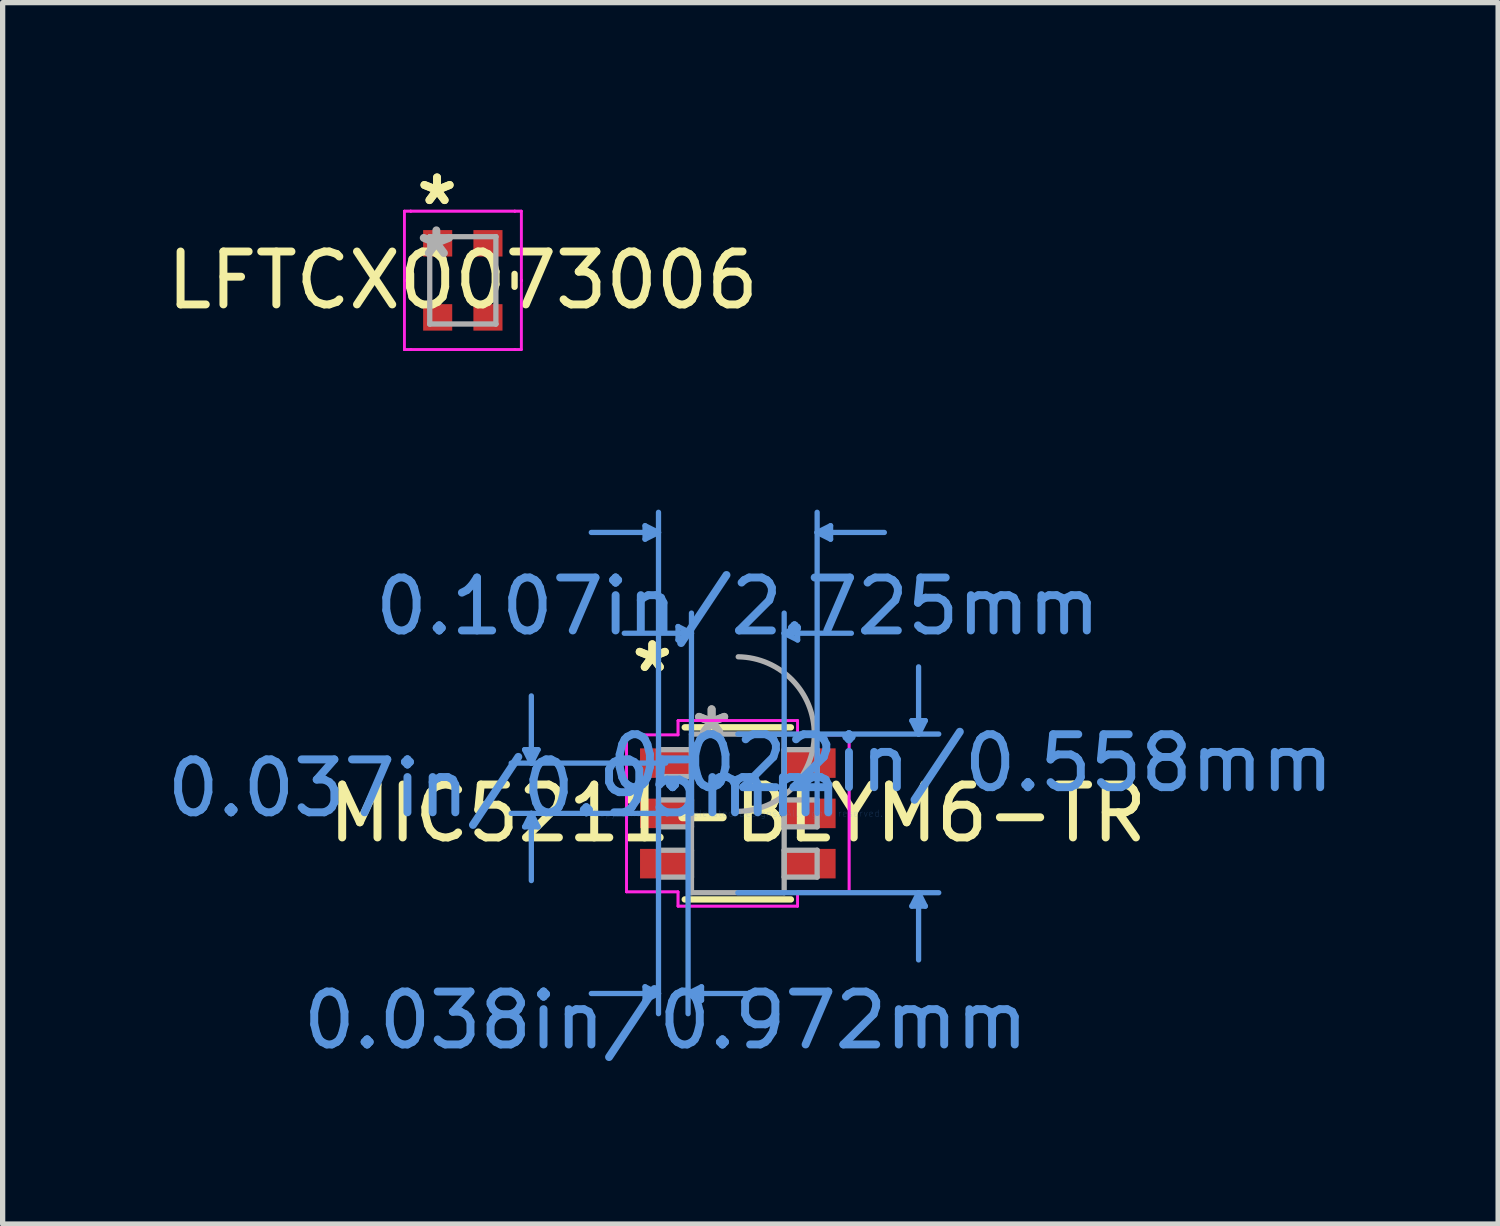
<source format=kicad_pcb>
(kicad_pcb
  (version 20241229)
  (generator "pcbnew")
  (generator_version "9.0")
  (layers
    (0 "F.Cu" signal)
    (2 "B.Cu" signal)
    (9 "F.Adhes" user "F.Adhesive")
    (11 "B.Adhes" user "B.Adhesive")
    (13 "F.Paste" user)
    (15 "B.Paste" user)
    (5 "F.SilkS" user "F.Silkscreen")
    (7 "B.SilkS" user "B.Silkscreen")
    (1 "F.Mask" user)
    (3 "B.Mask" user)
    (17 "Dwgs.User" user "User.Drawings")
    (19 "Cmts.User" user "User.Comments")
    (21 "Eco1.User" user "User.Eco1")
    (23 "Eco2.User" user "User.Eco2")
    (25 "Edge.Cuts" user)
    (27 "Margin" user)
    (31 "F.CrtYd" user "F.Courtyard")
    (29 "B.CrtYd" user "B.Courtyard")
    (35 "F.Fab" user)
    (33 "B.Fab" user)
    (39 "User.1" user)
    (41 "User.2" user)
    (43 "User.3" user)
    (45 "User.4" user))
  (footprint "LFTCXO073006"
    (layer "F.Cu")
    (at 5.696 2.248)
    (property "Reference" "LFTCXO073006" (at 0 0 0) (layer "F.SilkS") (effects (font (size 1 1) (thickness 0.15))))
    (attr through_hole)
    (fp_line (start -0.978 -0.122) (end -0.978 0.122) (stroke (width 0.12) (type solid)) (layer "F.SilkS"))
    (fp_line (start 0.978 0.122) (end 0.978 -0.122) (stroke (width 0.12) (type solid)) (layer "F.SilkS"))
    (fp_line (start -1.105 -1.308) (end -0.983 -1.308) (stroke (width 0.05) (type solid)) (layer "F.CrtYd"))
    (fp_line (start -1.105 -1.308) (end -0.983 -1.308) (stroke (width 0.05) (type solid)) (layer "F.CrtYd"))
    (fp_line (start -1.105 -0.008) (end -1.105 -1.308) (stroke (width 0.05) (type solid)) (layer "F.CrtYd"))
    (fp_line (start -1.105 -0.008) (end -1.105 -1.308) (stroke (width 0.05) (type solid)) (layer "F.CrtYd"))
    (fp_line (start -1.105 -0.008) (end -1.105 -0.008) (stroke (width 0.05) (type solid)) (layer "F.CrtYd"))
    (fp_line (start -1.105 -0.008) (end -1.105 -0.008) (stroke (width 0.05) (type solid)) (layer "F.CrtYd"))
    (fp_line (start -1.105 0.008) (end -1.105 -0.008) (stroke (width 0.05) (type solid)) (layer "F.CrtYd"))
    (fp_line (start -1.105 0.008) (end -1.105 -0.008) (stroke (width 0.05) (type solid)) (layer "F.CrtYd"))
    (fp_line (start -1.105 0.008) (end -1.105 0.008) (stroke (width 0.05) (type solid)) (layer "F.CrtYd"))
    (fp_line (start -1.105 0.008) (end -1.105 0.008) (stroke (width 0.05) (type solid)) (layer "F.CrtYd"))
    (fp_line (start -1.105 1.308) (end -1.105 0.008) (stroke (width 0.05) (type solid)) (layer "F.CrtYd"))
    (fp_line (start -1.105 1.308) (end -1.105 0.008) (stroke (width 0.05) (type solid)) (layer "F.CrtYd"))
    (fp_line (start -0.983 -1.308) (end -0.983 -1.308) (stroke (width 0.05) (type solid)) (layer "F.CrtYd"))
    (fp_line (start -0.983 -1.308) (end -0.983 -1.308) (stroke (width 0.05) (type solid)) (layer "F.CrtYd"))
    (fp_line (start -0.983 -1.308) (end 0.983 -1.308) (stroke (width 0.05) (type solid)) (layer "F.CrtYd"))
    (fp_line (start -0.983 -1.308) (end 0.983 -1.308) (stroke (width 0.05) (type solid)) (layer "F.CrtYd"))
    (fp_line (start -0.983 1.308) (end -1.105 1.308) (stroke (width 0.05) (type solid)) (layer "F.CrtYd"))
    (fp_line (start -0.983 1.308) (end -1.105 1.308) (stroke (width 0.05) (type solid)) (layer "F.CrtYd"))
    (fp_line (start -0.983 1.308) (end -0.983 1.308) (stroke (width 0.05) (type solid)) (layer "F.CrtYd"))
    (fp_line (start -0.983 1.308) (end -0.983 1.308) (stroke (width 0.05) (type solid)) (layer "F.CrtYd"))
    (fp_line (start 0.983 -1.308) (end 0.983 -1.308) (stroke (width 0.05) (type solid)) (layer "F.CrtYd"))
    (fp_line (start 0.983 -1.308) (end 0.983 -1.308) (stroke (width 0.05) (type solid)) (layer "F.CrtYd"))
    (fp_line (start 0.983 -1.308) (end 1.105 -1.308) (stroke (width 0.05) (type solid)) (layer "F.CrtYd"))
    (fp_line (start 0.983 -1.308) (end 1.105 -1.308) (stroke (width 0.05) (type solid)) (layer "F.CrtYd"))
    (fp_line (start 0.983 1.308) (end -0.983 1.308) (stroke (width 0.05) (type solid)) (layer "F.CrtYd"))
    (fp_line (start 0.983 1.308) (end -0.983 1.308) (stroke (width 0.05) (type solid)) (layer "F.CrtYd"))
    (fp_line (start 0.983 1.308) (end 0.983 1.308) (stroke (width 0.05) (type solid)) (layer "F.CrtYd"))
    (fp_line (start 0.983 1.308) (end 0.983 1.308) (stroke (width 0.05) (type solid)) (layer "F.CrtYd"))
    (fp_line (start 1.105 -1.308) (end 1.105 -0.008) (stroke (width 0.05) (type solid)) (layer "F.CrtYd"))
    (fp_line (start 1.105 -1.308) (end 1.105 -0.008) (stroke (width 0.05) (type solid)) (layer "F.CrtYd"))
    (fp_line (start 1.105 -0.008) (end 1.105 -0.008) (stroke (width 0.05) (type solid)) (layer "F.CrtYd"))
    (fp_line (start 1.105 -0.008) (end 1.105 -0.008) (stroke (width 0.05) (type solid)) (layer "F.CrtYd"))
    (fp_line (start 1.105 -0.008) (end 1.105 0.008) (stroke (width 0.05) (type solid)) (layer "F.CrtYd"))
    (fp_line (start 1.105 -0.008) (end 1.105 0.008) (stroke (width 0.05) (type solid)) (layer "F.CrtYd"))
    (fp_line (start 1.105 0.008) (end 1.105 0.008) (stroke (width 0.05) (type solid)) (layer "F.CrtYd"))
    (fp_line (start 1.105 0.008) (end 1.105 0.008) (stroke (width 0.05) (type solid)) (layer "F.CrtYd"))
    (fp_line (start 1.105 0.008) (end 1.105 1.308) (stroke (width 0.05) (type solid)) (layer "F.CrtYd"))
    (fp_line (start 1.105 0.008) (end 1.105 1.308) (stroke (width 0.05) (type solid)) (layer "F.CrtYd"))
    (fp_line (start 1.105 1.308) (end 0.983 1.308) (stroke (width 0.05) (type solid)) (layer "F.CrtYd"))
    (fp_line (start 1.105 1.308) (end 0.983 1.308) (stroke (width 0.05) (type solid)) (layer "F.CrtYd"))
    (fp_line (start -0.625 -0.825) (end -0.625 -0.825) (stroke (width 0.1) (type solid)) (layer "F.Fab"))
    (fp_line (start -0.625 -0.825) (end -0.625 0.825) (stroke (width 0.1) (type solid)) (layer "F.Fab"))
    (fp_line (start -0.625 0.825) (end -0.625 0.825) (stroke (width 0.1) (type solid)) (layer "F.Fab"))
    (fp_line (start -0.625 0.825) (end 0.625 0.825) (stroke (width 0.1) (type solid)) (layer "F.Fab"))
    (fp_line (start 0.625 -0.825) (end -0.625 -0.825) (stroke (width 0.1) (type solid)) (layer "F.Fab"))
    (fp_line (start 0.625 -0.825) (end 0.625 -0.825) (stroke (width 0.1) (type solid)) (layer "F.Fab"))
    (fp_line (start 0.625 0.825) (end 0.625 -0.825) (stroke (width 0.1) (type solid)) (layer "F.Fab"))
    (fp_line (start 0.625 0.825) (end 0.625 0.825) (stroke (width 0.1) (type solid)) (layer "F.Fab"))
    (fp_text user "*" (at -0.487 -1.4 0) (layer "F.SilkS") (effects (font (size 1 1) (thickness 0.15))))
    (fp_text user "*" (at -0.487 -1.4 0) (layer "F.SilkS") (effects (font (size 1 1) (thickness 0.15))))
    (fp_text user "*" (at -0.5 -0.4 0) (layer "F.Fab") (effects (font (size 1 1) (thickness 0.15))))
    (pad "1" smd rect (at -0.475 -0.7) (size 0.55 0.5) (layers "F.Cu" "F.Mask" "F.Paste"))
    (pad "2" smd rect (at -0.475 0.7) (size 0.55 0.5) (layers "F.Cu" "F.Mask" "F.Paste"))
    (pad "3" smd rect (at 0.475 0.7) (size 0.55 0.5) (layers "F.Cu" "F.Mask" "F.Paste"))
    (pad "4" smd rect (at 0.475 -0.7) (size 0.55 0.5) (layers "F.Cu" "F.Mask" "F.Paste")))
  (footprint "MIC5211-BLYM6-TR"
    (layer "F.Cu")
    (at 10.893 12.321)
    (property "Reference" "MIC5211-BLYM6-TR" (at 0 0 0) (layer "F.SilkS") (effects (font (size 1 1) (thickness 0.15))))
    (attr through_hole)
    (fp_line (start -1.003 1.626) (end 1.003 1.626) (stroke (width 0.12) (type solid)) (layer "F.SilkS"))
    (fp_line (start 1.003 -1.626) (end -1.003 -1.626) (stroke (width 0.12) (type solid)) (layer "F.SilkS"))
    (fp_line (start -4.029 -1.204) (end -3.775 -1.204) (stroke (width 0.1) (type solid)) (layer "Cmts.User"))
    (fp_line (start -4.029 0.254) (end -3.775 0.254) (stroke (width 0.1) (type solid)) (layer "Cmts.User"))
    (fp_line (start -3.902 -0.95) (end -4.029 -1.204) (stroke (width 0.1) (type solid)) (layer "Cmts.User"))
    (fp_line (start -3.902 -0.95) (end -3.902 -2.22) (stroke (width 0.1) (type solid)) (layer "Cmts.User"))
    (fp_line (start -3.902 -0.95) (end -3.775 -1.204) (stroke (width 0.1) (type solid)) (layer "Cmts.User"))
    (fp_line (start -3.902 0) (end -4.029 0.254) (stroke (width 0.1) (type solid)) (layer "Cmts.User"))
    (fp_line (start -3.902 0) (end -3.902 1.27) (stroke (width 0.1) (type solid)) (layer "Cmts.User"))
    (fp_line (start -3.902 0) (end -3.775 0.254) (stroke (width 0.1) (type solid)) (layer "Cmts.User"))
    (fp_line (start -1.753 -5.436) (end -1.753 -5.182) (stroke (width 0.1) (type solid)) (layer "Cmts.User"))
    (fp_line (start -1.753 3.277) (end -1.753 3.531) (stroke (width 0.1) (type solid)) (layer "Cmts.User"))
    (fp_line (start -1.499 -5.309) (end -2.769 -5.309) (stroke (width 0.1) (type solid)) (layer "Cmts.User"))
    (fp_line (start -1.499 -5.309) (end -1.753 -5.436) (stroke (width 0.1) (type solid)) (layer "Cmts.User"))
    (fp_line (start -1.499 -5.309) (end -1.753 -5.182) (stroke (width 0.1) (type solid)) (layer "Cmts.User"))
    (fp_line (start -1.499 0) (end -1.499 -5.69) (stroke (width 0.1) (type solid)) (layer "Cmts.User"))
    (fp_line (start -1.499 0) (end -1.499 3.785) (stroke (width 0.1) (type solid)) (layer "Cmts.User"))
    (fp_line (start -1.499 3.404) (end -2.769 3.404) (stroke (width 0.1) (type solid)) (layer "Cmts.User"))
    (fp_line (start -1.499 3.404) (end -1.753 3.277) (stroke (width 0.1) (type solid)) (layer "Cmts.User"))
    (fp_line (start -1.499 3.404) (end -1.753 3.531) (stroke (width 0.1) (type solid)) (layer "Cmts.User"))
    (fp_line (start -1.362 -0.95) (end -4.283 -0.95) (stroke (width 0.1) (type solid)) (layer "Cmts.User"))
    (fp_line (start -1.362 0) (end -4.283 0) (stroke (width 0.1) (type solid)) (layer "Cmts.User"))
    (fp_line (start -1.13 -3.531) (end -1.13 -3.277) (stroke (width 0.1) (type solid)) (layer "Cmts.User"))
    (fp_line (start -0.94 0) (end -0.94 3.785) (stroke (width 0.1) (type solid)) (layer "Cmts.User"))
    (fp_line (start -0.94 3.404) (end -0.686 3.277) (stroke (width 0.1) (type solid)) (layer "Cmts.User"))
    (fp_line (start -0.94 3.404) (end -0.686 3.531) (stroke (width 0.1) (type solid)) (layer "Cmts.User"))
    (fp_line (start -0.94 3.404) (end 0.33 3.404) (stroke (width 0.1) (type solid)) (layer "Cmts.User"))
    (fp_line (start -0.876 -3.404) (end -2.146 -3.404) (stroke (width 0.1) (type solid)) (layer "Cmts.User"))
    (fp_line (start -0.876 -3.404) (end -1.13 -3.531) (stroke (width 0.1) (type solid)) (layer "Cmts.User"))
    (fp_line (start -0.876 -3.404) (end -1.13 -3.277) (stroke (width 0.1) (type solid)) (layer "Cmts.User"))
    (fp_line (start -0.876 0) (end -0.876 -3.785) (stroke (width 0.1) (type solid)) (layer "Cmts.User"))
    (fp_line (start -0.686 3.277) (end -0.686 3.531) (stroke (width 0.1) (type solid)) (layer "Cmts.User"))
    (fp_line (start 0 -1.499) (end 3.797 -1.499) (stroke (width 0.1) (type solid)) (layer "Cmts.User"))
    (fp_line (start 0 1.499) (end 3.797 1.499) (stroke (width 0.1) (type solid)) (layer "Cmts.User"))
    (fp_line (start 0.876 -3.404) (end 1.13 -3.531) (stroke (width 0.1) (type solid)) (layer "Cmts.User"))
    (fp_line (start 0.876 -3.404) (end 1.13 -3.277) (stroke (width 0.1) (type solid)) (layer "Cmts.User"))
    (fp_line (start 0.876 -3.404) (end 2.146 -3.404) (stroke (width 0.1) (type solid)) (layer "Cmts.User"))
    (fp_line (start 0.876 0) (end 0.876 -3.785) (stroke (width 0.1) (type solid)) (layer "Cmts.User"))
    (fp_line (start 1.13 -3.531) (end 1.13 -3.277) (stroke (width 0.1) (type solid)) (layer "Cmts.User"))
    (fp_line (start 1.499 -5.309) (end 1.753 -5.436) (stroke (width 0.1) (type solid)) (layer "Cmts.User"))
    (fp_line (start 1.499 -5.309) (end 1.753 -5.182) (stroke (width 0.1) (type solid)) (layer "Cmts.User"))
    (fp_line (start 1.499 -5.309) (end 2.769 -5.309) (stroke (width 0.1) (type solid)) (layer "Cmts.User"))
    (fp_line (start 1.499 0) (end 1.499 -5.69) (stroke (width 0.1) (type solid)) (layer "Cmts.User"))
    (fp_line (start 1.753 -5.436) (end 1.753 -5.182) (stroke (width 0.1) (type solid)) (layer "Cmts.User"))
    (fp_line (start 3.289 -1.753) (end 3.543 -1.753) (stroke (width 0.1) (type solid)) (layer "Cmts.User"))
    (fp_line (start 3.289 1.753) (end 3.543 1.753) (stroke (width 0.1) (type solid)) (layer "Cmts.User"))
    (fp_line (start 3.416 -1.499) (end 3.289 -1.753) (stroke (width 0.1) (type solid)) (layer "Cmts.User"))
    (fp_line (start 3.416 -1.499) (end 3.416 -2.769) (stroke (width 0.1) (type solid)) (layer "Cmts.User"))
    (fp_line (start 3.416 -1.499) (end 3.543 -1.753) (stroke (width 0.1) (type solid)) (layer "Cmts.User"))
    (fp_line (start 3.416 1.499) (end 3.289 1.753) (stroke (width 0.1) (type solid)) (layer "Cmts.User"))
    (fp_line (start 3.416 1.499) (end 3.416 2.769) (stroke (width 0.1) (type solid)) (layer "Cmts.User"))
    (fp_line (start 3.416 1.499) (end 3.543 1.753) (stroke (width 0.1) (type solid)) (layer "Cmts.User"))
    (fp_line (start -2.103 -1.483) (end -1.13 -1.483) (stroke (width 0.05) (type solid)) (layer "F.CrtYd"))
    (fp_line (start -2.103 -1.483) (end -1.13 -1.483) (stroke (width 0.05) (type solid)) (layer "F.CrtYd"))
    (fp_line (start -2.103 1.483) (end -2.103 -1.483) (stroke (width 0.05) (type solid)) (layer "F.CrtYd"))
    (fp_line (start -2.103 1.483) (end -2.103 -1.483) (stroke (width 0.05) (type solid)) (layer "F.CrtYd"))
    (fp_line (start -2.103 1.483) (end -1.13 1.483) (stroke (width 0.05) (type solid)) (layer "F.CrtYd"))
    (fp_line (start -1.13 -1.753) (end 1.13 -1.753) (stroke (width 0.05) (type solid)) (layer "F.CrtYd"))
    (fp_line (start -1.13 -1.753) (end 1.13 -1.753) (stroke (width 0.05) (type solid)) (layer "F.CrtYd"))
    (fp_line (start -1.13 -1.483) (end -1.13 -1.753) (stroke (width 0.05) (type solid)) (layer "F.CrtYd"))
    (fp_line (start -1.13 -1.483) (end -1.13 -1.753) (stroke (width 0.05) (type solid)) (layer "F.CrtYd"))
    (fp_line (start -1.13 1.483) (end -2.103 1.483) (stroke (width 0.05) (type solid)) (layer "F.CrtYd"))
    (fp_line (start -1.13 1.753) (end -1.13 1.483) (stroke (width 0.05) (type solid)) (layer "F.CrtYd"))
    (fp_line (start -1.13 1.753) (end -1.13 1.483) (stroke (width 0.05) (type solid)) (layer "F.CrtYd"))
    (fp_line (start 1.13 -1.753) (end 1.13 -1.483) (stroke (width 0.05) (type solid)) (layer "F.CrtYd"))
    (fp_line (start 1.13 -1.753) (end 1.13 -1.483) (stroke (width 0.05) (type solid)) (layer "F.CrtYd"))
    (fp_line (start 1.13 -1.483) (end 2.103 -1.483) (stroke (width 0.05) (type solid)) (layer "F.CrtYd"))
    (fp_line (start 1.13 1.483) (end 1.13 1.753) (stroke (width 0.05) (type solid)) (layer "F.CrtYd"))
    (fp_line (start 1.13 1.483) (end 1.13 1.753) (stroke (width 0.05) (type solid)) (layer "F.CrtYd"))
    (fp_line (start 1.13 1.753) (end -1.13 1.753) (stroke (width 0.05) (type solid)) (layer "F.CrtYd"))
    (fp_line (start 1.13 1.753) (end -1.13 1.753) (stroke (width 0.05) (type solid)) (layer "F.CrtYd"))
    (fp_line (start 2.103 -1.483) (end 1.13 -1.483) (stroke (width 0.05) (type solid)) (layer "F.CrtYd"))
    (fp_line (start 2.103 -1.483) (end 2.103 1.483) (stroke (width 0.05) (type solid)) (layer "F.CrtYd"))
    (fp_line (start 2.103 -1.483) (end 2.103 1.483) (stroke (width 0.05) (type solid)) (layer "F.CrtYd"))
    (fp_line (start 2.103 1.483) (end 1.13 1.483) (stroke (width 0.05) (type solid)) (layer "F.CrtYd"))
    (fp_line (start 2.103 1.483) (end 1.13 1.483) (stroke (width 0.05) (type solid)) (layer "F.CrtYd"))
    (fp_line (start -1.499 -1.204) (end -1.499 -0.696) (stroke (width 0.1) (type solid)) (layer "F.Fab"))
    (fp_line (start -1.499 -0.696) (end -0.876 -0.696) (stroke (width 0.1) (type solid)) (layer "F.Fab"))
    (fp_line (start -1.499 -0.254) (end -1.499 0.254) (stroke (width 0.1) (type solid)) (layer "F.Fab"))
    (fp_line (start -1.499 0.254) (end -0.876 0.254) (stroke (width 0.1) (type solid)) (layer "F.Fab"))
    (fp_line (start -1.499 0.696) (end -1.499 1.204) (stroke (width 0.1) (type solid)) (layer "F.Fab"))
    (fp_line (start -1.499 1.204) (end -0.876 1.204) (stroke (width 0.1) (type solid)) (layer "F.Fab"))
    (fp_line (start -0.876 -1.499) (end -0.876 1.499) (stroke (width 0.1) (type solid)) (layer "F.Fab"))
    (fp_line (start -0.876 -1.204) (end -1.499 -1.204) (stroke (width 0.1) (type solid)) (layer "F.Fab"))
    (fp_line (start -0.876 -0.696) (end -0.876 -1.204) (stroke (width 0.1) (type solid)) (layer "F.Fab"))
    (fp_line (start -0.876 -0.254) (end -1.499 -0.254) (stroke (width 0.1) (type solid)) (layer "F.Fab"))
    (fp_line (start -0.876 0.254) (end -0.876 -0.254) (stroke (width 0.1) (type solid)) (layer "F.Fab"))
    (fp_line (start -0.876 0.696) (end -1.499 0.696) (stroke (width 0.1) (type solid)) (layer "F.Fab"))
    (fp_line (start -0.876 1.204) (end -0.876 0.696) (stroke (width 0.1) (type solid)) (layer "F.Fab"))
    (fp_line (start -0.876 1.499) (end 0.876 1.499) (stroke (width 0.1) (type solid)) (layer "F.Fab"))
    (fp_line (start 0.876 -1.499) (end -0.876 -1.499) (stroke (width 0.1) (type solid)) (layer "F.Fab"))
    (fp_line (start 0.876 -1.204) (end 0.876 -0.696) (stroke (width 0.1) (type solid)) (layer "F.Fab"))
    (fp_line (start 0.876 -0.696) (end 1.499 -0.696) (stroke (width 0.1) (type solid)) (layer "F.Fab"))
    (fp_line (start 0.876 -0.254) (end 0.876 0.254) (stroke (width 0.1) (type solid)) (layer "F.Fab"))
    (fp_line (start 0.876 0.254) (end 1.499 0.254) (stroke (width 0.1) (type solid)) (layer "F.Fab"))
    (fp_line (start 0.876 0.696) (end 0.876 1.204) (stroke (width 0.1) (type solid)) (layer "F.Fab"))
    (fp_line (start 0.876 1.204) (end 1.499 1.204) (stroke (width 0.1) (type solid)) (layer "F.Fab"))
    (fp_line (start 0.876 1.499) (end 0.876 -1.499) (stroke (width 0.1) (type solid)) (layer "F.Fab"))
    (fp_line (start 1.499 -1.204) (end 0.876 -1.204) (stroke (width 0.1) (type solid)) (layer "F.Fab"))
    (fp_line (start 1.499 -0.696) (end 1.499 -1.204) (stroke (width 0.1) (type solid)) (layer "F.Fab"))
    (fp_line (start 1.499 -0.254) (end 0.876 -0.254) (stroke (width 0.1) (type solid)) (layer "F.Fab"))
    (fp_line (start 1.499 0.254) (end 1.499 -0.254) (stroke (width 0.1) (type solid)) (layer "F.Fab"))
    (fp_line (start 1.499 0.696) (end 0.876 0.696) (stroke (width 0.1) (type solid)) (layer "F.Fab"))
    (fp_line (start 1.499 1.204) (end 1.499 0.696) (stroke (width 0.1) (type solid)) (layer "F.Fab"))
    (fp_arc (start 0.007742 -2.959136) (mid 1.460536 -1.490858) (end -0.007742 -0.038064) (stroke (width 0.1) (type solid)) (layer "F.Fab"))
    (fp_text user "*" (at -1.616 -2.651 0) (layer "F.SilkS") (effects (font (size 1 1) (thickness 0.15))))
    (fp_text user "*" (at -1.616 -2.651 0) (layer "F.SilkS") (effects (font (size 1 1) (thickness 0.15))))
    (fp_text user "0.037in/0.95mm" (at -4.41 -0.475 0) (layer "Cmts.User") (effects (font (size 1 1) (thickness 0.15))))
    (fp_text user "0.107in/2.725mm" (at 0 -3.912 0) (layer "Cmts.User") (effects (font (size 1 1) (thickness 0.15))))
    (fp_text user "Copyright 2021 Accelerated Designs. All rights reserved." (at 0 0 0) (layer "Cmts.User") (effects (font (size 0.127 0.127) (thickness 0.002))))
    (fp_text user "0.022in/0.558mm" (at 4.41 -0.95 0) (layer "Cmts.User") (effects (font (size 1 1) (thickness 0.15))))
    (fp_text user "0.038in/0.972mm" (at -1.362 3.912 0) (layer "Cmts.User") (effects (font (size 1 1) (thickness 0.15))))
    (fp_text user "*" (at -0.495 -1.422 0) (layer "F.Fab") (effects (font (size 1 1) (thickness 0.15))))
    (fp_text user "*" (at -0.495 -1.422 0) (layer "F.Fab") (effects (font (size 1 1) (thickness 0.15))))
    (pad "1" smd rect (at -1.362 -0.95) (size 0.972 0.558) (layers "F.Cu" "F.Mask" "F.Paste"))
    (pad "2" smd rect (at -1.362 0) (size 0.972 0.558) (layers "F.Cu" "F.Mask" "F.Paste"))
    (pad "3" smd rect (at -1.362 0.95) (size 0.972 0.558) (layers "F.Cu" "F.Mask" "F.Paste"))
    (pad "4" smd rect (at 1.362 0.95) (size 0.972 0.558) (layers "F.Cu" "F.Mask" "F.Paste"))
    (pad "5" smd rect (at 1.362 0) (size 0.972 0.558) (layers "F.Cu" "F.Mask" "F.Paste"))
    (pad "6" smd rect (at 1.362 -0.95) (size 0.972 0.558) (layers "F.Cu" "F.Mask" "F.Paste")))
  (gr_rect
    (start -3 -3)
    (end 25.261 20.081)
    (stroke (width 0.1) (type default))
    (fill no)
    (layer "Edge.Cuts")))
</source>
